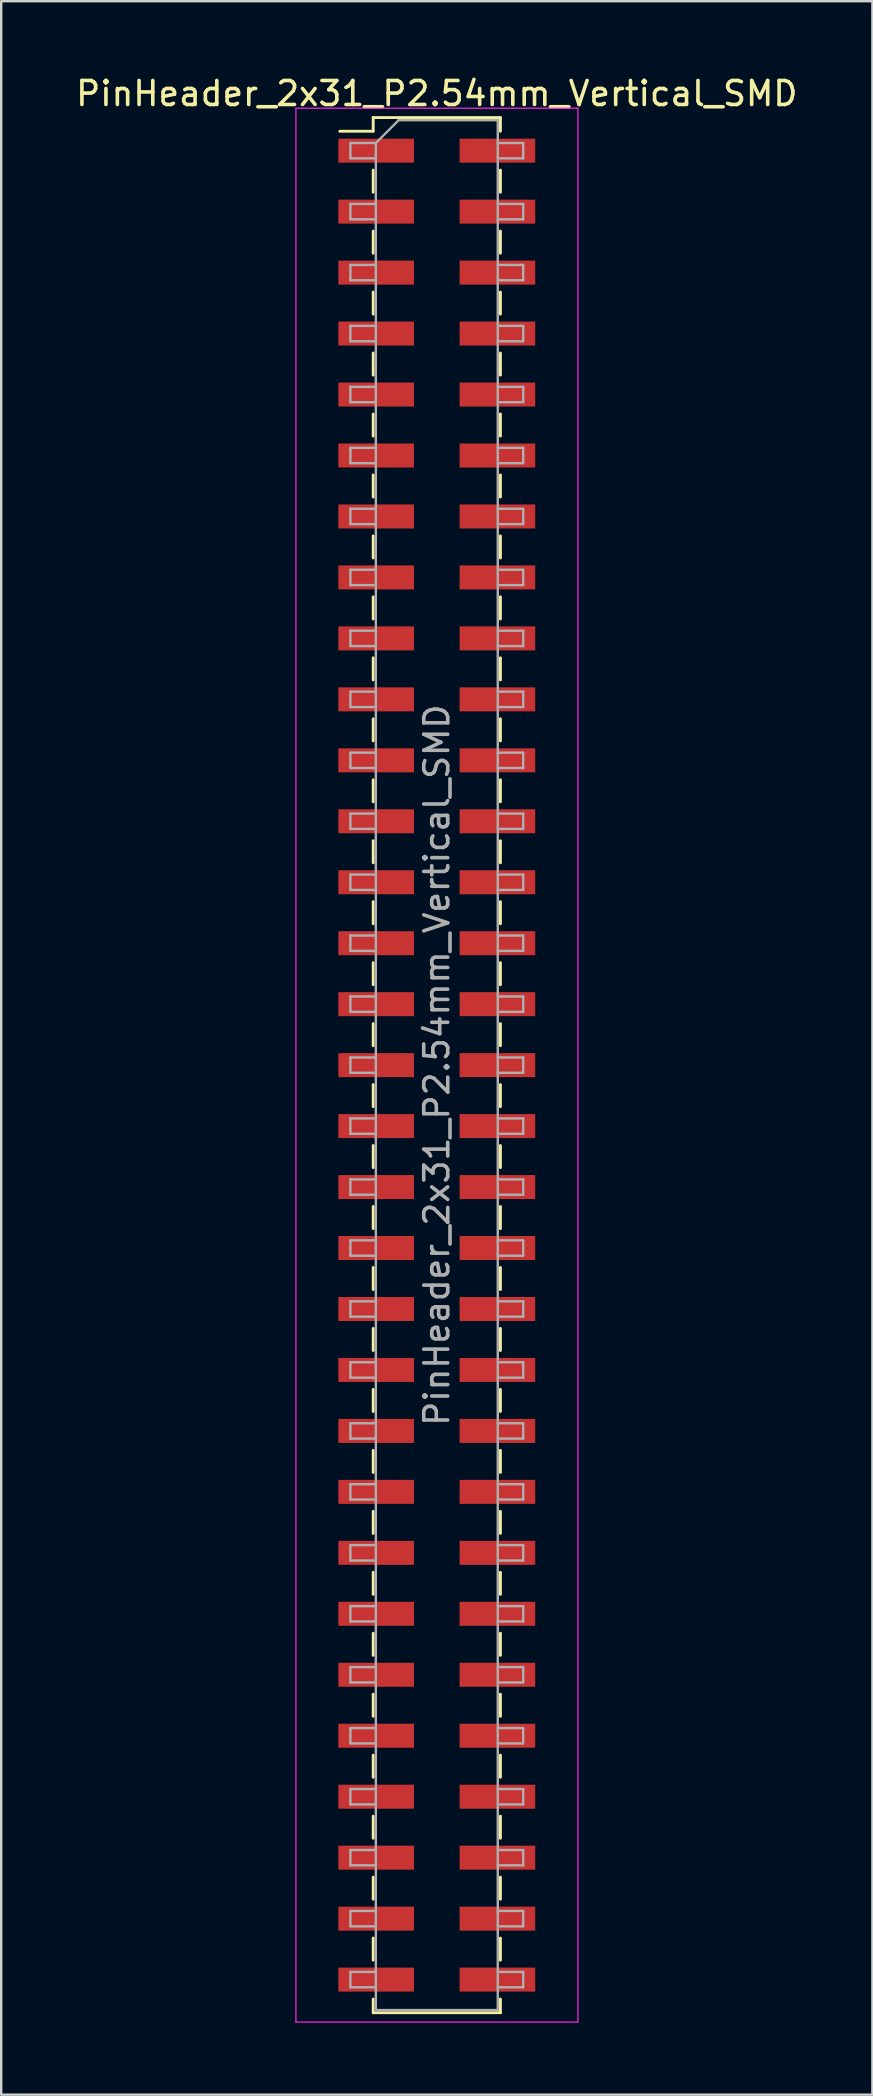
<source format=kicad_pcb>
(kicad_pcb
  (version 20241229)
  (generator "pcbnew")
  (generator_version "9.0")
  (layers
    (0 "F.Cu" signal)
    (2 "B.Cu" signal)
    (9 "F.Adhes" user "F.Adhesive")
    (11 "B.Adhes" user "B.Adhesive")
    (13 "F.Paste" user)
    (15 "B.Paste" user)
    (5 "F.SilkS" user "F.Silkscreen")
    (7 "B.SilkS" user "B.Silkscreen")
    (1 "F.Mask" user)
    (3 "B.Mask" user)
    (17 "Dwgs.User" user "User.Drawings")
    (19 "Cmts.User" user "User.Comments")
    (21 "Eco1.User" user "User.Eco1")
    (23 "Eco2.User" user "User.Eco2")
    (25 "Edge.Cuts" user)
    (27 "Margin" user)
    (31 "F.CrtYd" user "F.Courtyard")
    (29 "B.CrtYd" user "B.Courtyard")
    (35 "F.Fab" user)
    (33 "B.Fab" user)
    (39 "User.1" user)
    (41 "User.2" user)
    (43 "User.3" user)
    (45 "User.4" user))
  (footprint "PinHeader_2x31_P2.54mm_Vertical_SMD"
    (layer "F.Cu")
    (at 15.149 41.328)
    (property "Reference" "PinHeader_2x31_P2.54mm_Vertical_SMD" (at 0 -40.48 0) (layer "F.SilkS") (effects (font (size 1 1) (thickness 0.15))))
    (attr smd)
    (fp_line (start -4.04 -38.91) (end -2.65 -38.91) (stroke (width 0.12) (type solid)) (layer "F.SilkS"))
    (fp_line (start -2.65 -39.48) (end -2.65 -38.91) (stroke (width 0.12) (type solid)) (layer "F.SilkS"))
    (fp_line (start -2.65 -39.48) (end 2.65 -39.48) (stroke (width 0.12) (type solid)) (layer "F.SilkS"))
    (fp_line (start -2.65 -37.29) (end -2.65 -36.37) (stroke (width 0.12) (type solid)) (layer "F.SilkS"))
    (fp_line (start -2.65 -34.75) (end -2.65 -33.83) (stroke (width 0.12) (type solid)) (layer "F.SilkS"))
    (fp_line (start -2.65 -32.21) (end -2.65 -31.29) (stroke (width 0.12) (type solid)) (layer "F.SilkS"))
    (fp_line (start -2.65 -29.67) (end -2.65 -28.75) (stroke (width 0.12) (type solid)) (layer "F.SilkS"))
    (fp_line (start -2.65 -27.13) (end -2.65 -26.21) (stroke (width 0.12) (type solid)) (layer "F.SilkS"))
    (fp_line (start -2.65 -24.59) (end -2.65 -23.67) (stroke (width 0.12) (type solid)) (layer "F.SilkS"))
    (fp_line (start -2.65 -22.05) (end -2.65 -21.13) (stroke (width 0.12) (type solid)) (layer "F.SilkS"))
    (fp_line (start -2.65 -19.51) (end -2.65 -18.59) (stroke (width 0.12) (type solid)) (layer "F.SilkS"))
    (fp_line (start -2.65 -16.97) (end -2.65 -16.05) (stroke (width 0.12) (type solid)) (layer "F.SilkS"))
    (fp_line (start -2.65 -14.43) (end -2.65 -13.51) (stroke (width 0.12) (type solid)) (layer "F.SilkS"))
    (fp_line (start -2.65 -11.89) (end -2.65 -10.97) (stroke (width 0.12) (type solid)) (layer "F.SilkS"))
    (fp_line (start -2.65 -9.35) (end -2.65 -8.43) (stroke (width 0.12) (type solid)) (layer "F.SilkS"))
    (fp_line (start -2.65 -6.81) (end -2.65 -5.89) (stroke (width 0.12) (type solid)) (layer "F.SilkS"))
    (fp_line (start -2.65 -4.27) (end -2.65 -3.35) (stroke (width 0.12) (type solid)) (layer "F.SilkS"))
    (fp_line (start -2.65 -1.73) (end -2.65 -0.81) (stroke (width 0.12) (type solid)) (layer "F.SilkS"))
    (fp_line (start -2.65 0.81) (end -2.65 1.73) (stroke (width 0.12) (type solid)) (layer "F.SilkS"))
    (fp_line (start -2.65 3.35) (end -2.65 4.27) (stroke (width 0.12) (type solid)) (layer "F.SilkS"))
    (fp_line (start -2.65 5.89) (end -2.65 6.81) (stroke (width 0.12) (type solid)) (layer "F.SilkS"))
    (fp_line (start -2.65 8.43) (end -2.65 9.35) (stroke (width 0.12) (type solid)) (layer "F.SilkS"))
    (fp_line (start -2.65 10.97) (end -2.65 11.89) (stroke (width 0.12) (type solid)) (layer "F.SilkS"))
    (fp_line (start -2.65 13.51) (end -2.65 14.43) (stroke (width 0.12) (type solid)) (layer "F.SilkS"))
    (fp_line (start -2.65 16.05) (end -2.65 16.97) (stroke (width 0.12) (type solid)) (layer "F.SilkS"))
    (fp_line (start -2.65 18.59) (end -2.65 19.51) (stroke (width 0.12) (type solid)) (layer "F.SilkS"))
    (fp_line (start -2.65 21.13) (end -2.65 22.05) (stroke (width 0.12) (type solid)) (layer "F.SilkS"))
    (fp_line (start -2.65 23.67) (end -2.65 24.59) (stroke (width 0.12) (type solid)) (layer "F.SilkS"))
    (fp_line (start -2.65 26.21) (end -2.65 27.13) (stroke (width 0.12) (type solid)) (layer "F.SilkS"))
    (fp_line (start -2.65 28.75) (end -2.65 29.67) (stroke (width 0.12) (type solid)) (layer "F.SilkS"))
    (fp_line (start -2.65 31.29) (end -2.65 32.21) (stroke (width 0.12) (type solid)) (layer "F.SilkS"))
    (fp_line (start -2.65 33.83) (end -2.65 34.75) (stroke (width 0.12) (type solid)) (layer "F.SilkS"))
    (fp_line (start -2.65 36.37) (end -2.65 37.29) (stroke (width 0.12) (type solid)) (layer "F.SilkS"))
    (fp_line (start -2.65 38.91) (end -2.65 39.48) (stroke (width 0.12) (type solid)) (layer "F.SilkS"))
    (fp_line (start -2.65 39.48) (end 2.65 39.48) (stroke (width 0.12) (type solid)) (layer "F.SilkS"))
    (fp_line (start 2.65 -39.48) (end 2.65 -38.91) (stroke (width 0.12) (type solid)) (layer "F.SilkS"))
    (fp_line (start 2.65 -37.29) (end 2.65 -36.37) (stroke (width 0.12) (type solid)) (layer "F.SilkS"))
    (fp_line (start 2.65 -34.75) (end 2.65 -33.83) (stroke (width 0.12) (type solid)) (layer "F.SilkS"))
    (fp_line (start 2.65 -32.21) (end 2.65 -31.29) (stroke (width 0.12) (type solid)) (layer "F.SilkS"))
    (fp_line (start 2.65 -29.67) (end 2.65 -28.75) (stroke (width 0.12) (type solid)) (layer "F.SilkS"))
    (fp_line (start 2.65 -27.13) (end 2.65 -26.21) (stroke (width 0.12) (type solid)) (layer "F.SilkS"))
    (fp_line (start 2.65 -24.59) (end 2.65 -23.67) (stroke (width 0.12) (type solid)) (layer "F.SilkS"))
    (fp_line (start 2.65 -22.05) (end 2.65 -21.13) (stroke (width 0.12) (type solid)) (layer "F.SilkS"))
    (fp_line (start 2.65 -19.51) (end 2.65 -18.59) (stroke (width 0.12) (type solid)) (layer "F.SilkS"))
    (fp_line (start 2.65 -16.97) (end 2.65 -16.05) (stroke (width 0.12) (type solid)) (layer "F.SilkS"))
    (fp_line (start 2.65 -14.43) (end 2.65 -13.51) (stroke (width 0.12) (type solid)) (layer "F.SilkS"))
    (fp_line (start 2.65 -11.89) (end 2.65 -10.97) (stroke (width 0.12) (type solid)) (layer "F.SilkS"))
    (fp_line (start 2.65 -9.35) (end 2.65 -8.43) (stroke (width 0.12) (type solid)) (layer "F.SilkS"))
    (fp_line (start 2.65 -6.81) (end 2.65 -5.89) (stroke (width 0.12) (type solid)) (layer "F.SilkS"))
    (fp_line (start 2.65 -4.27) (end 2.65 -3.35) (stroke (width 0.12) (type solid)) (layer "F.SilkS"))
    (fp_line (start 2.65 -1.73) (end 2.65 -0.81) (stroke (width 0.12) (type solid)) (layer "F.SilkS"))
    (fp_line (start 2.65 0.81) (end 2.65 1.73) (stroke (width 0.12) (type solid)) (layer "F.SilkS"))
    (fp_line (start 2.65 3.35) (end 2.65 4.27) (stroke (width 0.12) (type solid)) (layer "F.SilkS"))
    (fp_line (start 2.65 5.89) (end 2.65 6.81) (stroke (width 0.12) (type solid)) (layer "F.SilkS"))
    (fp_line (start 2.65 8.43) (end 2.65 9.35) (stroke (width 0.12) (type solid)) (layer "F.SilkS"))
    (fp_line (start 2.65 10.97) (end 2.65 11.89) (stroke (width 0.12) (type solid)) (layer "F.SilkS"))
    (fp_line (start 2.65 13.51) (end 2.65 14.43) (stroke (width 0.12) (type solid)) (layer "F.SilkS"))
    (fp_line (start 2.65 16.05) (end 2.65 16.97) (stroke (width 0.12) (type solid)) (layer "F.SilkS"))
    (fp_line (start 2.65 18.59) (end 2.65 19.51) (stroke (width 0.12) (type solid)) (layer "F.SilkS"))
    (fp_line (start 2.65 21.13) (end 2.65 22.05) (stroke (width 0.12) (type solid)) (layer "F.SilkS"))
    (fp_line (start 2.65 23.67) (end 2.65 24.59) (stroke (width 0.12) (type solid)) (layer "F.SilkS"))
    (fp_line (start 2.65 26.21) (end 2.65 27.13) (stroke (width 0.12) (type solid)) (layer "F.SilkS"))
    (fp_line (start 2.65 28.75) (end 2.65 29.67) (stroke (width 0.12) (type solid)) (layer "F.SilkS"))
    (fp_line (start 2.65 31.29) (end 2.65 32.21) (stroke (width 0.12) (type solid)) (layer "F.SilkS"))
    (fp_line (start 2.65 33.83) (end 2.65 34.75) (stroke (width 0.12) (type solid)) (layer "F.SilkS"))
    (fp_line (start 2.65 36.37) (end 2.65 37.29) (stroke (width 0.12) (type solid)) (layer "F.SilkS"))
    (fp_line (start 2.65 38.91) (end 2.65 39.48) (stroke (width 0.12) (type solid)) (layer "F.SilkS"))
    (fp_line (start -5.87 -39.87) (end -5.87 39.87) (stroke (width 0.05) (type solid)) (layer "F.CrtYd"))
    (fp_line (start -5.87 39.87) (end 5.88 39.87) (stroke (width 0.05) (type solid)) (layer "F.CrtYd"))
    (fp_line (start 5.88 -39.87) (end -5.87 -39.87) (stroke (width 0.05) (type solid)) (layer "F.CrtYd"))
    (fp_line (start 5.88 39.87) (end 5.88 -39.87) (stroke (width 0.05) (type solid)) (layer "F.CrtYd"))
    (fp_line (start -3.6 -38.42) (end -3.6 -37.78) (stroke (width 0.1) (type solid)) (layer "F.Fab"))
    (fp_line (start -3.6 -37.78) (end -2.54 -37.78) (stroke (width 0.1) (type solid)) (layer "F.Fab"))
    (fp_line (start -3.6 -35.88) (end -3.6 -35.24) (stroke (width 0.1) (type solid)) (layer "F.Fab"))
    (fp_line (start -3.6 -35.24) (end -2.54 -35.24) (stroke (width 0.1) (type solid)) (layer "F.Fab"))
    (fp_line (start -3.6 -33.34) (end -3.6 -32.7) (stroke (width 0.1) (type solid)) (layer "F.Fab"))
    (fp_line (start -3.6 -32.7) (end -2.54 -32.7) (stroke (width 0.1) (type solid)) (layer "F.Fab"))
    (fp_line (start -3.6 -30.8) (end -3.6 -30.16) (stroke (width 0.1) (type solid)) (layer "F.Fab"))
    (fp_line (start -3.6 -30.16) (end -2.54 -30.16) (stroke (width 0.1) (type solid)) (layer "F.Fab"))
    (fp_line (start -3.6 -28.26) (end -3.6 -27.62) (stroke (width 0.1) (type solid)) (layer "F.Fab"))
    (fp_line (start -3.6 -27.62) (end -2.54 -27.62) (stroke (width 0.1) (type solid)) (layer "F.Fab"))
    (fp_line (start -3.6 -25.72) (end -3.6 -25.08) (stroke (width 0.1) (type solid)) (layer "F.Fab"))
    (fp_line (start -3.6 -25.08) (end -2.54 -25.08) (stroke (width 0.1) (type solid)) (layer "F.Fab"))
    (fp_line (start -3.6 -23.18) (end -3.6 -22.54) (stroke (width 0.1) (type solid)) (layer "F.Fab"))
    (fp_line (start -3.6 -22.54) (end -2.54 -22.54) (stroke (width 0.1) (type solid)) (layer "F.Fab"))
    (fp_line (start -3.6 -20.64) (end -3.6 -20) (stroke (width 0.1) (type solid)) (layer "F.Fab"))
    (fp_line (start -3.6 -20) (end -2.54 -20) (stroke (width 0.1) (type solid)) (layer "F.Fab"))
    (fp_line (start -3.6 -18.1) (end -3.6 -17.46) (stroke (width 0.1) (type solid)) (layer "F.Fab"))
    (fp_line (start -3.6 -17.46) (end -2.54 -17.46) (stroke (width 0.1) (type solid)) (layer "F.Fab"))
    (fp_line (start -3.6 -15.56) (end -3.6 -14.92) (stroke (width 0.1) (type solid)) (layer "F.Fab"))
    (fp_line (start -3.6 -14.92) (end -2.54 -14.92) (stroke (width 0.1) (type solid)) (layer "F.Fab"))
    (fp_line (start -3.6 -13.02) (end -3.6 -12.38) (stroke (width 0.1) (type solid)) (layer "F.Fab"))
    (fp_line (start -3.6 -12.38) (end -2.54 -12.38) (stroke (width 0.1) (type solid)) (layer "F.Fab"))
    (fp_line (start -3.6 -10.48) (end -3.6 -9.84) (stroke (width 0.1) (type solid)) (layer "F.Fab"))
    (fp_line (start -3.6 -9.84) (end -2.54 -9.84) (stroke (width 0.1) (type solid)) (layer "F.Fab"))
    (fp_line (start -3.6 -7.94) (end -3.6 -7.3) (stroke (width 0.1) (type solid)) (layer "F.Fab"))
    (fp_line (start -3.6 -7.3) (end -2.54 -7.3) (stroke (width 0.1) (type solid)) (layer "F.Fab"))
    (fp_line (start -3.6 -5.4) (end -3.6 -4.76) (stroke (width 0.1) (type solid)) (layer "F.Fab"))
    (fp_line (start -3.6 -4.76) (end -2.54 -4.76) (stroke (width 0.1) (type solid)) (layer "F.Fab"))
    (fp_line (start -3.6 -2.86) (end -3.6 -2.22) (stroke (width 0.1) (type solid)) (layer "F.Fab"))
    (fp_line (start -3.6 -2.22) (end -2.54 -2.22) (stroke (width 0.1) (type solid)) (layer "F.Fab"))
    (fp_line (start -3.6 -0.32) (end -3.6 0.32) (stroke (width 0.1) (type solid)) (layer "F.Fab"))
    (fp_line (start -3.6 0.32) (end -2.54 0.32) (stroke (width 0.1) (type solid)) (layer "F.Fab"))
    (fp_line (start -3.6 2.22) (end -3.6 2.86) (stroke (width 0.1) (type solid)) (layer "F.Fab"))
    (fp_line (start -3.6 2.86) (end -2.54 2.86) (stroke (width 0.1) (type solid)) (layer "F.Fab"))
    (fp_line (start -3.6 4.76) (end -3.6 5.4) (stroke (width 0.1) (type solid)) (layer "F.Fab"))
    (fp_line (start -3.6 5.4) (end -2.54 5.4) (stroke (width 0.1) (type solid)) (layer "F.Fab"))
    (fp_line (start -3.6 7.3) (end -3.6 7.94) (stroke (width 0.1) (type solid)) (layer "F.Fab"))
    (fp_line (start -3.6 7.94) (end -2.54 7.94) (stroke (width 0.1) (type solid)) (layer "F.Fab"))
    (fp_line (start -3.6 9.84) (end -3.6 10.48) (stroke (width 0.1) (type solid)) (layer "F.Fab"))
    (fp_line (start -3.6 10.48) (end -2.54 10.48) (stroke (width 0.1) (type solid)) (layer "F.Fab"))
    (fp_line (start -3.6 12.38) (end -3.6 13.02) (stroke (width 0.1) (type solid)) (layer "F.Fab"))
    (fp_line (start -3.6 13.02) (end -2.54 13.02) (stroke (width 0.1) (type solid)) (layer "F.Fab"))
    (fp_line (start -3.6 14.92) (end -3.6 15.56) (stroke (width 0.1) (type solid)) (layer "F.Fab"))
    (fp_line (start -3.6 15.56) (end -2.54 15.56) (stroke (width 0.1) (type solid)) (layer "F.Fab"))
    (fp_line (start -3.6 17.46) (end -3.6 18.1) (stroke (width 0.1) (type solid)) (layer "F.Fab"))
    (fp_line (start -3.6 18.1) (end -2.54 18.1) (stroke (width 0.1) (type solid)) (layer "F.Fab"))
    (fp_line (start -3.6 20) (end -3.6 20.64) (stroke (width 0.1) (type solid)) (layer "F.Fab"))
    (fp_line (start -3.6 20.64) (end -2.54 20.64) (stroke (width 0.1) (type solid)) (layer "F.Fab"))
    (fp_line (start -3.6 22.54) (end -3.6 23.18) (stroke (width 0.1) (type solid)) (layer "F.Fab"))
    (fp_line (start -3.6 23.18) (end -2.54 23.18) (stroke (width 0.1) (type solid)) (layer "F.Fab"))
    (fp_line (start -3.6 25.08) (end -3.6 25.72) (stroke (width 0.1) (type solid)) (layer "F.Fab"))
    (fp_line (start -3.6 25.72) (end -2.54 25.72) (stroke (width 0.1) (type solid)) (layer "F.Fab"))
    (fp_line (start -3.6 27.62) (end -3.6 28.26) (stroke (width 0.1) (type solid)) (layer "F.Fab"))
    (fp_line (start -3.6 28.26) (end -2.54 28.26) (stroke (width 0.1) (type solid)) (layer "F.Fab"))
    (fp_line (start -3.6 30.16) (end -3.6 30.8) (stroke (width 0.1) (type solid)) (layer "F.Fab"))
    (fp_line (start -3.6 30.8) (end -2.54 30.8) (stroke (width 0.1) (type solid)) (layer "F.Fab"))
    (fp_line (start -3.6 32.7) (end -3.6 33.34) (stroke (width 0.1) (type solid)) (layer "F.Fab"))
    (fp_line (start -3.6 33.34) (end -2.54 33.34) (stroke (width 0.1) (type solid)) (layer "F.Fab"))
    (fp_line (start -3.6 35.24) (end -3.6 35.88) (stroke (width 0.1) (type solid)) (layer "F.Fab"))
    (fp_line (start -3.6 35.88) (end -2.54 35.88) (stroke (width 0.1) (type solid)) (layer "F.Fab"))
    (fp_line (start -3.6 37.78) (end -3.6 38.42) (stroke (width 0.1) (type solid)) (layer "F.Fab"))
    (fp_line (start -3.6 38.42) (end -2.54 38.42) (stroke (width 0.1) (type solid)) (layer "F.Fab"))
    (fp_line (start -2.54 -38.42) (end -3.6 -38.42) (stroke (width 0.1) (type solid)) (layer "F.Fab"))
    (fp_line (start -2.54 -38.42) (end -1.59 -39.37) (stroke (width 0.1) (type solid)) (layer "F.Fab"))
    (fp_line (start -2.54 -35.88) (end -3.6 -35.88) (stroke (width 0.1) (type solid)) (layer "F.Fab"))
    (fp_line (start -2.54 -33.34) (end -3.6 -33.34) (stroke (width 0.1) (type solid)) (layer "F.Fab"))
    (fp_line (start -2.54 -30.8) (end -3.6 -30.8) (stroke (width 0.1) (type solid)) (layer "F.Fab"))
    (fp_line (start -2.54 -28.26) (end -3.6 -28.26) (stroke (width 0.1) (type solid)) (layer "F.Fab"))
    (fp_line (start -2.54 -25.72) (end -3.6 -25.72) (stroke (width 0.1) (type solid)) (layer "F.Fab"))
    (fp_line (start -2.54 -23.18) (end -3.6 -23.18) (stroke (width 0.1) (type solid)) (layer "F.Fab"))
    (fp_line (start -2.54 -20.64) (end -3.6 -20.64) (stroke (width 0.1) (type solid)) (layer "F.Fab"))
    (fp_line (start -2.54 -18.1) (end -3.6 -18.1) (stroke (width 0.1) (type solid)) (layer "F.Fab"))
    (fp_line (start -2.54 -15.56) (end -3.6 -15.56) (stroke (width 0.1) (type solid)) (layer "F.Fab"))
    (fp_line (start -2.54 -13.02) (end -3.6 -13.02) (stroke (width 0.1) (type solid)) (layer "F.Fab"))
    (fp_line (start -2.54 -10.48) (end -3.6 -10.48) (stroke (width 0.1) (type solid)) (layer "F.Fab"))
    (fp_line (start -2.54 -7.94) (end -3.6 -7.94) (stroke (width 0.1) (type solid)) (layer "F.Fab"))
    (fp_line (start -2.54 -5.4) (end -3.6 -5.4) (stroke (width 0.1) (type solid)) (layer "F.Fab"))
    (fp_line (start -2.54 -2.86) (end -3.6 -2.86) (stroke (width 0.1) (type solid)) (layer "F.Fab"))
    (fp_line (start -2.54 -0.32) (end -3.6 -0.32) (stroke (width 0.1) (type solid)) (layer "F.Fab"))
    (fp_line (start -2.54 2.22) (end -3.6 2.22) (stroke (width 0.1) (type solid)) (layer "F.Fab"))
    (fp_line (start -2.54 4.76) (end -3.6 4.76) (stroke (width 0.1) (type solid)) (layer "F.Fab"))
    (fp_line (start -2.54 7.3) (end -3.6 7.3) (stroke (width 0.1) (type solid)) (layer "F.Fab"))
    (fp_line (start -2.54 9.84) (end -3.6 9.84) (stroke (width 0.1) (type solid)) (layer "F.Fab"))
    (fp_line (start -2.54 12.38) (end -3.6 12.38) (stroke (width 0.1) (type solid)) (layer "F.Fab"))
    (fp_line (start -2.54 14.92) (end -3.6 14.92) (stroke (width 0.1) (type solid)) (layer "F.Fab"))
    (fp_line (start -2.54 17.46) (end -3.6 17.46) (stroke (width 0.1) (type solid)) (layer "F.Fab"))
    (fp_line (start -2.54 20) (end -3.6 20) (stroke (width 0.1) (type solid)) (layer "F.Fab"))
    (fp_line (start -2.54 22.54) (end -3.6 22.54) (stroke (width 0.1) (type solid)) (layer "F.Fab"))
    (fp_line (start -2.54 25.08) (end -3.6 25.08) (stroke (width 0.1) (type solid)) (layer "F.Fab"))
    (fp_line (start -2.54 27.62) (end -3.6 27.62) (stroke (width 0.1) (type solid)) (layer "F.Fab"))
    (fp_line (start -2.54 30.16) (end -3.6 30.16) (stroke (width 0.1) (type solid)) (layer "F.Fab"))
    (fp_line (start -2.54 32.7) (end -3.6 32.7) (stroke (width 0.1) (type solid)) (layer "F.Fab"))
    (fp_line (start -2.54 35.24) (end -3.6 35.24) (stroke (width 0.1) (type solid)) (layer "F.Fab"))
    (fp_line (start -2.54 37.78) (end -3.6 37.78) (stroke (width 0.1) (type solid)) (layer "F.Fab"))
    (fp_line (start -2.54 39.37) (end -2.54 -38.42) (stroke (width 0.1) (type solid)) (layer "F.Fab"))
    (fp_line (start -1.59 -39.37) (end 2.54 -39.37) (stroke (width 0.1) (type solid)) (layer "F.Fab"))
    (fp_line (start 2.54 -39.37) (end 2.54 39.37) (stroke (width 0.1) (type solid)) (layer "F.Fab"))
    (fp_line (start 2.54 -38.42) (end 3.6 -38.42) (stroke (width 0.1) (type solid)) (layer "F.Fab"))
    (fp_line (start 2.54 -35.88) (end 3.6 -35.88) (stroke (width 0.1) (type solid)) (layer "F.Fab"))
    (fp_line (start 2.54 -33.34) (end 3.6 -33.34) (stroke (width 0.1) (type solid)) (layer "F.Fab"))
    (fp_line (start 2.54 -30.8) (end 3.6 -30.8) (stroke (width 0.1) (type solid)) (layer "F.Fab"))
    (fp_line (start 2.54 -28.26) (end 3.6 -28.26) (stroke (width 0.1) (type solid)) (layer "F.Fab"))
    (fp_line (start 2.54 -25.72) (end 3.6 -25.72) (stroke (width 0.1) (type solid)) (layer "F.Fab"))
    (fp_line (start 2.54 -23.18) (end 3.6 -23.18) (stroke (width 0.1) (type solid)) (layer "F.Fab"))
    (fp_line (start 2.54 -20.64) (end 3.6 -20.64) (stroke (width 0.1) (type solid)) (layer "F.Fab"))
    (fp_line (start 2.54 -18.1) (end 3.6 -18.1) (stroke (width 0.1) (type solid)) (layer "F.Fab"))
    (fp_line (start 2.54 -15.56) (end 3.6 -15.56) (stroke (width 0.1) (type solid)) (layer "F.Fab"))
    (fp_line (start 2.54 -13.02) (end 3.6 -13.02) (stroke (width 0.1) (type solid)) (layer "F.Fab"))
    (fp_line (start 2.54 -10.48) (end 3.6 -10.48) (stroke (width 0.1) (type solid)) (layer "F.Fab"))
    (fp_line (start 2.54 -7.94) (end 3.6 -7.94) (stroke (width 0.1) (type solid)) (layer "F.Fab"))
    (fp_line (start 2.54 -5.4) (end 3.6 -5.4) (stroke (width 0.1) (type solid)) (layer "F.Fab"))
    (fp_line (start 2.54 -2.86) (end 3.6 -2.86) (stroke (width 0.1) (type solid)) (layer "F.Fab"))
    (fp_line (start 2.54 -0.32) (end 3.6 -0.32) (stroke (width 0.1) (type solid)) (layer "F.Fab"))
    (fp_line (start 2.54 2.22) (end 3.6 2.22) (stroke (width 0.1) (type solid)) (layer "F.Fab"))
    (fp_line (start 2.54 4.76) (end 3.6 4.76) (stroke (width 0.1) (type solid)) (layer "F.Fab"))
    (fp_line (start 2.54 7.3) (end 3.6 7.3) (stroke (width 0.1) (type solid)) (layer "F.Fab"))
    (fp_line (start 2.54 9.84) (end 3.6 9.84) (stroke (width 0.1) (type solid)) (layer "F.Fab"))
    (fp_line (start 2.54 12.38) (end 3.6 12.38) (stroke (width 0.1) (type solid)) (layer "F.Fab"))
    (fp_line (start 2.54 14.92) (end 3.6 14.92) (stroke (width 0.1) (type solid)) (layer "F.Fab"))
    (fp_line (start 2.54 17.46) (end 3.6 17.46) (stroke (width 0.1) (type solid)) (layer "F.Fab"))
    (fp_line (start 2.54 20) (end 3.6 20) (stroke (width 0.1) (type solid)) (layer "F.Fab"))
    (fp_line (start 2.54 22.54) (end 3.6 22.54) (stroke (width 0.1) (type solid)) (layer "F.Fab"))
    (fp_line (start 2.54 25.08) (end 3.6 25.08) (stroke (width 0.1) (type solid)) (layer "F.Fab"))
    (fp_line (start 2.54 27.62) (end 3.6 27.62) (stroke (width 0.1) (type solid)) (layer "F.Fab"))
    (fp_line (start 2.54 30.16) (end 3.6 30.16) (stroke (width 0.1) (type solid)) (layer "F.Fab"))
    (fp_line (start 2.54 32.7) (end 3.6 32.7) (stroke (width 0.1) (type solid)) (layer "F.Fab"))
    (fp_line (start 2.54 35.24) (end 3.6 35.24) (stroke (width 0.1) (type solid)) (layer "F.Fab"))
    (fp_line (start 2.54 37.78) (end 3.6 37.78) (stroke (width 0.1) (type solid)) (layer "F.Fab"))
    (fp_line (start 2.54 39.37) (end -2.54 39.37) (stroke (width 0.1) (type solid)) (layer "F.Fab"))
    (fp_line (start 3.6 -38.42) (end 3.6 -37.78) (stroke (width 0.1) (type solid)) (layer "F.Fab"))
    (fp_line (start 3.6 -37.78) (end 2.54 -37.78) (stroke (width 0.1) (type solid)) (layer "F.Fab"))
    (fp_line (start 3.6 -35.88) (end 3.6 -35.24) (stroke (width 0.1) (type solid)) (layer "F.Fab"))
    (fp_line (start 3.6 -35.24) (end 2.54 -35.24) (stroke (width 0.1) (type solid)) (layer "F.Fab"))
    (fp_line (start 3.6 -33.34) (end 3.6 -32.7) (stroke (width 0.1) (type solid)) (layer "F.Fab"))
    (fp_line (start 3.6 -32.7) (end 2.54 -32.7) (stroke (width 0.1) (type solid)) (layer "F.Fab"))
    (fp_line (start 3.6 -30.8) (end 3.6 -30.16) (stroke (width 0.1) (type solid)) (layer "F.Fab"))
    (fp_line (start 3.6 -30.16) (end 2.54 -30.16) (stroke (width 0.1) (type solid)) (layer "F.Fab"))
    (fp_line (start 3.6 -28.26) (end 3.6 -27.62) (stroke (width 0.1) (type solid)) (layer "F.Fab"))
    (fp_line (start 3.6 -27.62) (end 2.54 -27.62) (stroke (width 0.1) (type solid)) (layer "F.Fab"))
    (fp_line (start 3.6 -25.72) (end 3.6 -25.08) (stroke (width 0.1) (type solid)) (layer "F.Fab"))
    (fp_line (start 3.6 -25.08) (end 2.54 -25.08) (stroke (width 0.1) (type solid)) (layer "F.Fab"))
    (fp_line (start 3.6 -23.18) (end 3.6 -22.54) (stroke (width 0.1) (type solid)) (layer "F.Fab"))
    (fp_line (start 3.6 -22.54) (end 2.54 -22.54) (stroke (width 0.1) (type solid)) (layer "F.Fab"))
    (fp_line (start 3.6 -20.64) (end 3.6 -20) (stroke (width 0.1) (type solid)) (layer "F.Fab"))
    (fp_line (start 3.6 -20) (end 2.54 -20) (stroke (width 0.1) (type solid)) (layer "F.Fab"))
    (fp_line (start 3.6 -18.1) (end 3.6 -17.46) (stroke (width 0.1) (type solid)) (layer "F.Fab"))
    (fp_line (start 3.6 -17.46) (end 2.54 -17.46) (stroke (width 0.1) (type solid)) (layer "F.Fab"))
    (fp_line (start 3.6 -15.56) (end 3.6 -14.92) (stroke (width 0.1) (type solid)) (layer "F.Fab"))
    (fp_line (start 3.6 -14.92) (end 2.54 -14.92) (stroke (width 0.1) (type solid)) (layer "F.Fab"))
    (fp_line (start 3.6 -13.02) (end 3.6 -12.38) (stroke (width 0.1) (type solid)) (layer "F.Fab"))
    (fp_line (start 3.6 -12.38) (end 2.54 -12.38) (stroke (width 0.1) (type solid)) (layer "F.Fab"))
    (fp_line (start 3.6 -10.48) (end 3.6 -9.84) (stroke (width 0.1) (type solid)) (layer "F.Fab"))
    (fp_line (start 3.6 -9.84) (end 2.54 -9.84) (stroke (width 0.1) (type solid)) (layer "F.Fab"))
    (fp_line (start 3.6 -7.94) (end 3.6 -7.3) (stroke (width 0.1) (type solid)) (layer "F.Fab"))
    (fp_line (start 3.6 -7.3) (end 2.54 -7.3) (stroke (width 0.1) (type solid)) (layer "F.Fab"))
    (fp_line (start 3.6 -5.4) (end 3.6 -4.76) (stroke (width 0.1) (type solid)) (layer "F.Fab"))
    (fp_line (start 3.6 -4.76) (end 2.54 -4.76) (stroke (width 0.1) (type solid)) (layer "F.Fab"))
    (fp_line (start 3.6 -2.86) (end 3.6 -2.22) (stroke (width 0.1) (type solid)) (layer "F.Fab"))
    (fp_line (start 3.6 -2.22) (end 2.54 -2.22) (stroke (width 0.1) (type solid)) (layer "F.Fab"))
    (fp_line (start 3.6 -0.32) (end 3.6 0.32) (stroke (width 0.1) (type solid)) (layer "F.Fab"))
    (fp_line (start 3.6 0.32) (end 2.54 0.32) (stroke (width 0.1) (type solid)) (layer "F.Fab"))
    (fp_line (start 3.6 2.22) (end 3.6 2.86) (stroke (width 0.1) (type solid)) (layer "F.Fab"))
    (fp_line (start 3.6 2.86) (end 2.54 2.86) (stroke (width 0.1) (type solid)) (layer "F.Fab"))
    (fp_line (start 3.6 4.76) (end 3.6 5.4) (stroke (width 0.1) (type solid)) (layer "F.Fab"))
    (fp_line (start 3.6 5.4) (end 2.54 5.4) (stroke (width 0.1) (type solid)) (layer "F.Fab"))
    (fp_line (start 3.6 7.3) (end 3.6 7.94) (stroke (width 0.1) (type solid)) (layer "F.Fab"))
    (fp_line (start 3.6 7.94) (end 2.54 7.94) (stroke (width 0.1) (type solid)) (layer "F.Fab"))
    (fp_line (start 3.6 9.84) (end 3.6 10.48) (stroke (width 0.1) (type solid)) (layer "F.Fab"))
    (fp_line (start 3.6 10.48) (end 2.54 10.48) (stroke (width 0.1) (type solid)) (layer "F.Fab"))
    (fp_line (start 3.6 12.38) (end 3.6 13.02) (stroke (width 0.1) (type solid)) (layer "F.Fab"))
    (fp_line (start 3.6 13.02) (end 2.54 13.02) (stroke (width 0.1) (type solid)) (layer "F.Fab"))
    (fp_line (start 3.6 14.92) (end 3.6 15.56) (stroke (width 0.1) (type solid)) (layer "F.Fab"))
    (fp_line (start 3.6 15.56) (end 2.54 15.56) (stroke (width 0.1) (type solid)) (layer "F.Fab"))
    (fp_line (start 3.6 17.46) (end 3.6 18.1) (stroke (width 0.1) (type solid)) (layer "F.Fab"))
    (fp_line (start 3.6 18.1) (end 2.54 18.1) (stroke (width 0.1) (type solid)) (layer "F.Fab"))
    (fp_line (start 3.6 20) (end 3.6 20.64) (stroke (width 0.1) (type solid)) (layer "F.Fab"))
    (fp_line (start 3.6 20.64) (end 2.54 20.64) (stroke (width 0.1) (type solid)) (layer "F.Fab"))
    (fp_line (start 3.6 22.54) (end 3.6 23.18) (stroke (width 0.1) (type solid)) (layer "F.Fab"))
    (fp_line (start 3.6 23.18) (end 2.54 23.18) (stroke (width 0.1) (type solid)) (layer "F.Fab"))
    (fp_line (start 3.6 25.08) (end 3.6 25.72) (stroke (width 0.1) (type solid)) (layer "F.Fab"))
    (fp_line (start 3.6 25.72) (end 2.54 25.72) (stroke (width 0.1) (type solid)) (layer "F.Fab"))
    (fp_line (start 3.6 27.62) (end 3.6 28.26) (stroke (width 0.1) (type solid)) (layer "F.Fab"))
    (fp_line (start 3.6 28.26) (end 2.54 28.26) (stroke (width 0.1) (type solid)) (layer "F.Fab"))
    (fp_line (start 3.6 30.16) (end 3.6 30.8) (stroke (width 0.1) (type solid)) (layer "F.Fab"))
    (fp_line (start 3.6 30.8) (end 2.54 30.8) (stroke (width 0.1) (type solid)) (layer "F.Fab"))
    (fp_line (start 3.6 32.7) (end 3.6 33.34) (stroke (width 0.1) (type solid)) (layer "F.Fab"))
    (fp_line (start 3.6 33.34) (end 2.54 33.34) (stroke (width 0.1) (type solid)) (layer "F.Fab"))
    (fp_line (start 3.6 35.24) (end 3.6 35.88) (stroke (width 0.1) (type solid)) (layer "F.Fab"))
    (fp_line (start 3.6 35.88) (end 2.54 35.88) (stroke (width 0.1) (type solid)) (layer "F.Fab"))
    (fp_line (start 3.6 37.78) (end 3.6 38.42) (stroke (width 0.1) (type solid)) (layer "F.Fab"))
    (fp_line (start 3.6 38.42) (end 2.54 38.42) (stroke (width 0.1) (type solid)) (layer "F.Fab"))
    (fp_text user "${REFERENCE}" (at 0 0 90) (layer "F.Fab") (effects (font (size 1 1) (thickness 0.15))))
    (pad "1" smd rect (at -2.525 -38.1) (size 3.15 1) (layers "F.Cu" "F.Mask" "F.Paste"))
    (pad "2" smd rect (at 2.525 -38.1) (size 3.15 1) (layers "F.Cu" "F.Mask" "F.Paste"))
    (pad "3" smd rect (at -2.525 -35.56) (size 3.15 1) (layers "F.Cu" "F.Mask" "F.Paste"))
    (pad "4" smd rect (at 2.525 -35.56) (size 3.15 1) (layers "F.Cu" "F.Mask" "F.Paste"))
    (pad "5" smd rect (at -2.525 -33.02) (size 3.15 1) (layers "F.Cu" "F.Mask" "F.Paste"))
    (pad "6" smd rect (at 2.525 -33.02) (size 3.15 1) (layers "F.Cu" "F.Mask" "F.Paste"))
    (pad "7" smd rect (at -2.525 -30.48) (size 3.15 1) (layers "F.Cu" "F.Mask" "F.Paste"))
    (pad "8" smd rect (at 2.525 -30.48) (size 3.15 1) (layers "F.Cu" "F.Mask" "F.Paste"))
    (pad "9" smd rect (at -2.525 -27.94) (size 3.15 1) (layers "F.Cu" "F.Mask" "F.Paste"))
    (pad "10" smd rect (at 2.525 -27.94) (size 3.15 1) (layers "F.Cu" "F.Mask" "F.Paste"))
    (pad "11" smd rect (at -2.525 -25.4) (size 3.15 1) (layers "F.Cu" "F.Mask" "F.Paste"))
    (pad "12" smd rect (at 2.525 -25.4) (size 3.15 1) (layers "F.Cu" "F.Mask" "F.Paste"))
    (pad "13" smd rect (at -2.525 -22.86) (size 3.15 1) (layers "F.Cu" "F.Mask" "F.Paste"))
    (pad "14" smd rect (at 2.525 -22.86) (size 3.15 1) (layers "F.Cu" "F.Mask" "F.Paste"))
    (pad "15" smd rect (at -2.525 -20.32) (size 3.15 1) (layers "F.Cu" "F.Mask" "F.Paste"))
    (pad "16" smd rect (at 2.525 -20.32) (size 3.15 1) (layers "F.Cu" "F.Mask" "F.Paste"))
    (pad "17" smd rect (at -2.525 -17.78) (size 3.15 1) (layers "F.Cu" "F.Mask" "F.Paste"))
    (pad "18" smd rect (at 2.525 -17.78) (size 3.15 1) (layers "F.Cu" "F.Mask" "F.Paste"))
    (pad "19" smd rect (at -2.525 -15.24) (size 3.15 1) (layers "F.Cu" "F.Mask" "F.Paste"))
    (pad "20" smd rect (at 2.525 -15.24) (size 3.15 1) (layers "F.Cu" "F.Mask" "F.Paste"))
    (pad "21" smd rect (at -2.525 -12.7) (size 3.15 1) (layers "F.Cu" "F.Mask" "F.Paste"))
    (pad "22" smd rect (at 2.525 -12.7) (size 3.15 1) (layers "F.Cu" "F.Mask" "F.Paste"))
    (pad "23" smd rect (at -2.525 -10.16) (size 3.15 1) (layers "F.Cu" "F.Mask" "F.Paste"))
    (pad "24" smd rect (at 2.525 -10.16) (size 3.15 1) (layers "F.Cu" "F.Mask" "F.Paste"))
    (pad "25" smd rect (at -2.525 -7.62) (size 3.15 1) (layers "F.Cu" "F.Mask" "F.Paste"))
    (pad "26" smd rect (at 2.525 -7.62) (size 3.15 1) (layers "F.Cu" "F.Mask" "F.Paste"))
    (pad "27" smd rect (at -2.525 -5.08) (size 3.15 1) (layers "F.Cu" "F.Mask" "F.Paste"))
    (pad "28" smd rect (at 2.525 -5.08) (size 3.15 1) (layers "F.Cu" "F.Mask" "F.Paste"))
    (pad "29" smd rect (at -2.525 -2.54) (size 3.15 1) (layers "F.Cu" "F.Mask" "F.Paste"))
    (pad "30" smd rect (at 2.525 -2.54) (size 3.15 1) (layers "F.Cu" "F.Mask" "F.Paste"))
    (pad "31" smd rect (at -2.525 0) (size 3.15 1) (layers "F.Cu" "F.Mask" "F.Paste"))
    (pad "32" smd rect (at 2.525 0) (size 3.15 1) (layers "F.Cu" "F.Mask" "F.Paste"))
    (pad "33" smd rect (at -2.525 2.54) (size 3.15 1) (layers "F.Cu" "F.Mask" "F.Paste"))
    (pad "34" smd rect (at 2.525 2.54) (size 3.15 1) (layers "F.Cu" "F.Mask" "F.Paste"))
    (pad "35" smd rect (at -2.525 5.08) (size 3.15 1) (layers "F.Cu" "F.Mask" "F.Paste"))
    (pad "36" smd rect (at 2.525 5.08) (size 3.15 1) (layers "F.Cu" "F.Mask" "F.Paste"))
    (pad "37" smd rect (at -2.525 7.62) (size 3.15 1) (layers "F.Cu" "F.Mask" "F.Paste"))
    (pad "38" smd rect (at 2.525 7.62) (size 3.15 1) (layers "F.Cu" "F.Mask" "F.Paste"))
    (pad "39" smd rect (at -2.525 10.16) (size 3.15 1) (layers "F.Cu" "F.Mask" "F.Paste"))
    (pad "40" smd rect (at 2.525 10.16) (size 3.15 1) (layers "F.Cu" "F.Mask" "F.Paste"))
    (pad "41" smd rect (at -2.525 12.7) (size 3.15 1) (layers "F.Cu" "F.Mask" "F.Paste"))
    (pad "42" smd rect (at 2.525 12.7) (size 3.15 1) (layers "F.Cu" "F.Mask" "F.Paste"))
    (pad "43" smd rect (at -2.525 15.24) (size 3.15 1) (layers "F.Cu" "F.Mask" "F.Paste"))
    (pad "44" smd rect (at 2.525 15.24) (size 3.15 1) (layers "F.Cu" "F.Mask" "F.Paste"))
    (pad "45" smd rect (at -2.525 17.78) (size 3.15 1) (layers "F.Cu" "F.Mask" "F.Paste"))
    (pad "46" smd rect (at 2.525 17.78) (size 3.15 1) (layers "F.Cu" "F.Mask" "F.Paste"))
    (pad "47" smd rect (at -2.525 20.32) (size 3.15 1) (layers "F.Cu" "F.Mask" "F.Paste"))
    (pad "48" smd rect (at 2.525 20.32) (size 3.15 1) (layers "F.Cu" "F.Mask" "F.Paste"))
    (pad "49" smd rect (at -2.525 22.86) (size 3.15 1) (layers "F.Cu" "F.Mask" "F.Paste"))
    (pad "50" smd rect (at 2.525 22.86) (size 3.15 1) (layers "F.Cu" "F.Mask" "F.Paste"))
    (pad "51" smd rect (at -2.525 25.4) (size 3.15 1) (layers "F.Cu" "F.Mask" "F.Paste"))
    (pad "52" smd rect (at 2.525 25.4) (size 3.15 1) (layers "F.Cu" "F.Mask" "F.Paste"))
    (pad "53" smd rect (at -2.525 27.94) (size 3.15 1) (layers "F.Cu" "F.Mask" "F.Paste"))
    (pad "54" smd rect (at 2.525 27.94) (size 3.15 1) (layers "F.Cu" "F.Mask" "F.Paste"))
    (pad "55" smd rect (at -2.525 30.48) (size 3.15 1) (layers "F.Cu" "F.Mask" "F.Paste"))
    (pad "56" smd rect (at 2.525 30.48) (size 3.15 1) (layers "F.Cu" "F.Mask" "F.Paste"))
    (pad "57" smd rect (at -2.525 33.02) (size 3.15 1) (layers "F.Cu" "F.Mask" "F.Paste"))
    (pad "58" smd rect (at 2.525 33.02) (size 3.15 1) (layers "F.Cu" "F.Mask" "F.Paste"))
    (pad "59" smd rect (at -2.525 35.56) (size 3.15 1) (layers "F.Cu" "F.Mask" "F.Paste"))
    (pad "60" smd rect (at 2.525 35.56) (size 3.15 1) (layers "F.Cu" "F.Mask" "F.Paste"))
    (pad "61" smd rect (at -2.525 38.1) (size 3.15 1) (layers "F.Cu" "F.Mask" "F.Paste"))
    (pad "62" smd rect (at 2.525 38.1) (size 3.15 1) (layers "F.Cu" "F.Mask" "F.Paste")))
  (gr_rect
    (start -3 -3)
    (end 33.298 84.223)
    (stroke (width 0.1) (type default))
    (fill no)
    (layer "Edge.Cuts")))
</source>
